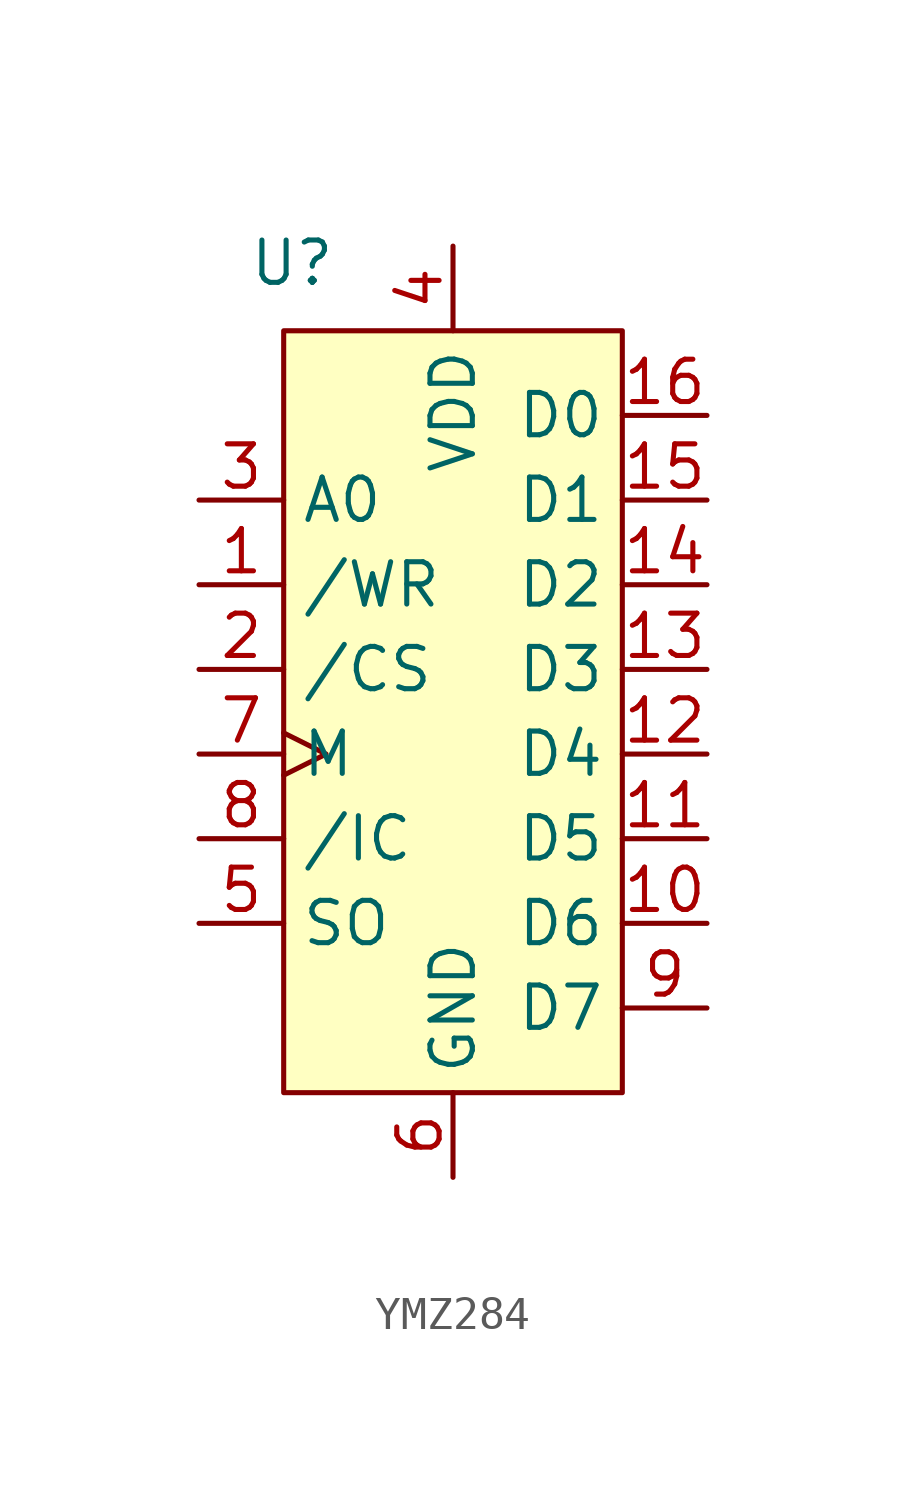
<source format=kicad_sym>
(kicad_symbol_lib
  (version 20241209)
  (generator "kicad_symbol_editor")
  (generator_version "9.0")
  (symbol "YMZ284"
    (property "Reference" "U"
      (at -4.826 13.462 0)
      (effects (font (size 1.27 1.27))))
    (property "Value" ""
      (at 0 0 0)
      (effects (font (size 1.27 1.27))))
    (symbol "YMZ284_0_0"
      (pin input line (at -7.62 6.35 0) (length 2.54) (name "A0" (effects (font (size 1.27 1.27)))) (number "3" (effects (font (size 1.27 1.27)))))
      (pin input line (at -7.62 3.81 0) (length 2.54) (name "/WR" (effects (font (size 1.27 1.27)))) (number "1" (effects (font (size 1.27 1.27)))))
      (pin input line (at -7.62 1.27 0) (length 2.54) (name "/CS" (effects (font (size 1.27 1.27)))) (number "2" (effects (font (size 1.27 1.27)))))
      (pin input clock (at -7.62 -1.27 0) (length 2.54) (name "M" (effects (font (size 1.27 1.27)))) (number "7" (effects (font (size 1.27 1.27)))))
      (pin input line (at -7.62 -3.81 0) (length 2.54) (name "/IC" (effects (font (size 1.27 1.27)))) (number "8" (effects (font (size 1.27 1.27)))))
      (pin output line (at -7.62 -6.35 0) (length 2.54) (name "SO" (effects (font (size 1.27 1.27)))) (number "5" (effects (font (size 1.27 1.27)))))
      (pin power_in line (at 0 13.97 270) (length 2.54) (name "VDD" (effects (font (size 1.27 1.27)))) (number "4" (effects (font (size 1.27 1.27)))))
      (pin power_in line (at 0 -13.97 90) (length 2.54) (name "GND" (effects (font (size 1.27 1.27)))) (number "6" (effects (font (size 1.27 1.27)))))
      (pin input line (at 7.62 8.89 180) (length 2.54) (name "D0" (effects (font (size 1.27 1.27)))) (number "16" (effects (font (size 1.27 1.27)))))
      (pin input line (at 7.62 6.35 180) (length 2.54) (name "D1" (effects (font (size 1.27 1.27)))) (number "15" (effects (font (size 1.27 1.27)))))
      (pin input line (at 7.62 3.81 180) (length 2.54) (name "D2" (effects (font (size 1.27 1.27)))) (number "14" (effects (font (size 1.27 1.27)))))
      (pin input line (at 7.62 1.27 180) (length 2.54) (name "D3" (effects (font (size 1.27 1.27)))) (number "13" (effects (font (size 1.27 1.27)))))
      (pin input line (at 7.62 -1.27 180) (length 2.54) (name "D4" (effects (font (size 1.27 1.27)))) (number "12" (effects (font (size 1.27 1.27)))))
      (pin input line (at 7.62 -3.81 180) (length 2.54) (name "D5" (effects (font (size 1.27 1.27)))) (number "11" (effects (font (size 1.27 1.27)))))
      (pin input line (at 7.62 -6.35 180) (length 2.54) (name "D6" (effects (font (size 1.27 1.27)))) (number "10" (effects (font (size 1.27 1.27)))))
      (pin input line (at 7.62 -8.89 180) (length 2.54) (name "D7" (effects (font (size 1.27 1.27)))) (number "9" (effects (font (size 1.27 1.27))))))
    (symbol "YMZ284_1_1"
      (rectangle (start -5.08 11.43) (end 5.08 -11.43) (stroke (width 0) (type solid)) (fill (type background))))))
</source>
